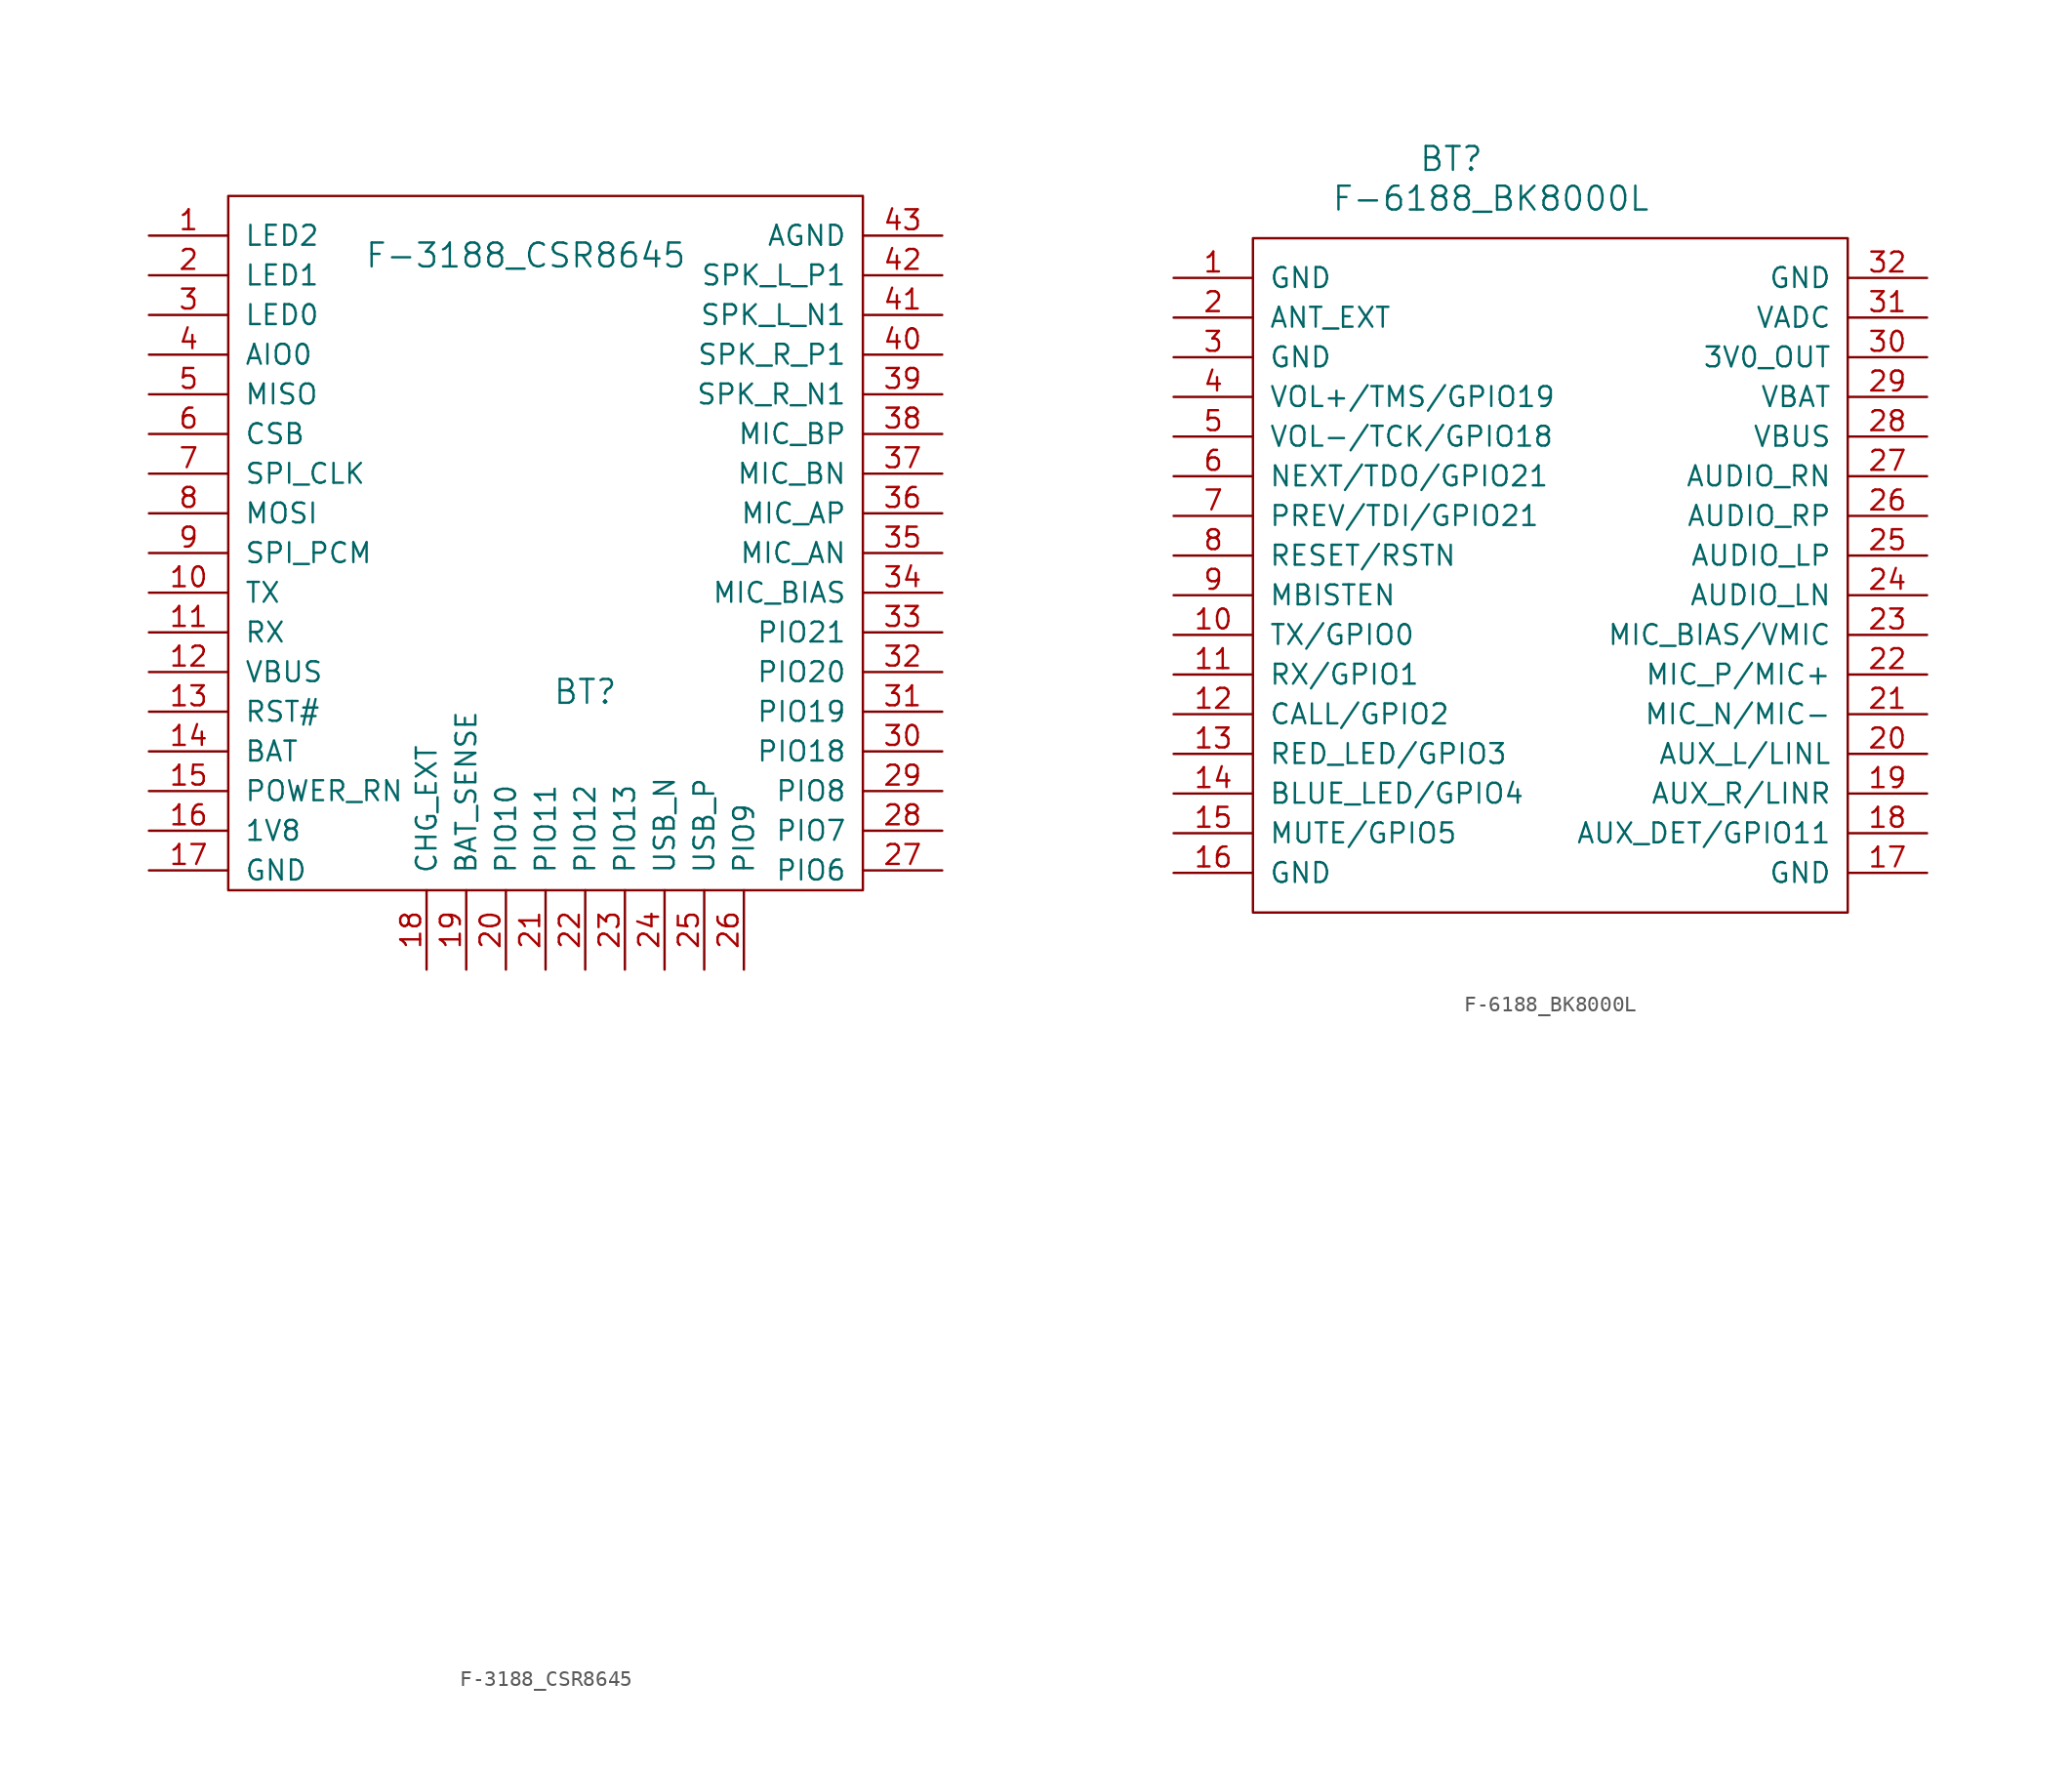
<source format=kicad_sym>
(kicad_symbol_lib
  (version 20211014)
  (generator kicad_symbol_editor)
  (symbol "F-3188_CSR8645"
    (pin_names
      (offset 1.016))
    (property "Reference" "BT"
      (at -2.54 10.16 0)
      (effects (font (size 1.524 1.524))))
    (property "Value" "F-3188_CSR8645"
      (at -6.35 38.1 0)
      (effects (font (size 1.524 1.524))))
    (property "Footprint" ""
      (at 0 -43.18 0)
      (effects (font (size 1.524 1.524))))
    (property "Datasheet" ""
      (at 0 -43.18 0)
      (effects (font (size 1.524 1.524))))
    (symbol "F-3188_CSR8645_0_1"
      (rectangle (start -25.4 -2.54) (end 15.24 41.91) (stroke (width 0) (type default) (color 0 0 0 0)) (fill (type none))))
    (symbol "F-3188_CSR8645_1_1"
      (pin input line (at -30.48 39.37 0) (length 5.08) (name "LED2" (effects (font (size 1.27 1.27)))) (number "1" (effects (font (size 1.27 1.27)))))
      (pin input line (at -30.48 16.51 0) (length 5.08) (name "TX" (effects (font (size 1.27 1.27)))) (number "10" (effects (font (size 1.27 1.27)))))
      (pin input line (at -30.48 13.97 0) (length 5.08) (name "RX" (effects (font (size 1.27 1.27)))) (number "11" (effects (font (size 1.27 1.27)))))
      (pin input line (at -30.48 11.43 0) (length 5.08) (name "VBUS" (effects (font (size 1.27 1.27)))) (number "12" (effects (font (size 1.27 1.27)))))
      (pin input line (at -30.48 8.89 0) (length 5.08) (name "RST#" (effects (font (size 1.27 1.27)))) (number "13" (effects (font (size 1.27 1.27)))))
      (pin input line (at -30.48 6.35 0) (length 5.08) (name "BAT" (effects (font (size 1.27 1.27)))) (number "14" (effects (font (size 1.27 1.27)))))
      (pin input line (at -30.48 3.81 0) (length 5.08) (name "POWER_RN" (effects (font (size 1.27 1.27)))) (number "15" (effects (font (size 1.27 1.27)))))
      (pin input line (at -30.48 1.27 0) (length 5.08) (name "1V8" (effects (font (size 1.27 1.27)))) (number "16" (effects (font (size 1.27 1.27)))))
      (pin input line (at -30.48 -1.27 0) (length 5.08) (name "GND" (effects (font (size 1.27 1.27)))) (number "17" (effects (font (size 1.27 1.27)))))
      (pin input line (at -12.7 -7.62 90) (length 5.08) (name "CHG_EXT" (effects (font (size 1.27 1.27)))) (number "18" (effects (font (size 1.27 1.27)))))
      (pin input line (at -10.16 -7.62 90) (length 5.08) (name "BAT_SENSE" (effects (font (size 1.27 1.27)))) (number "19" (effects (font (size 1.27 1.27)))))
      (pin input line (at -30.48 36.83 0) (length 5.08) (name "LED1" (effects (font (size 1.27 1.27)))) (number "2" (effects (font (size 1.27 1.27)))))
      (pin input line (at -7.62 -7.62 90) (length 5.08) (name "PIO10" (effects (font (size 1.27 1.27)))) (number "20" (effects (font (size 1.27 1.27)))))
      (pin input line (at -5.08 -7.62 90) (length 5.08) (name "PIO11" (effects (font (size 1.27 1.27)))) (number "21" (effects (font (size 1.27 1.27)))))
      (pin input line (at -2.54 -7.62 90) (length 5.08) (name "PIO12" (effects (font (size 1.27 1.27)))) (number "22" (effects (font (size 1.27 1.27)))))
      (pin input line (at 0 -7.62 90) (length 5.08) (name "PIO13" (effects (font (size 1.27 1.27)))) (number "23" (effects (font (size 1.27 1.27)))))
      (pin input line (at 2.54 -7.62 90) (length 5.08) (name "USB_N" (effects (font (size 1.27 1.27)))) (number "24" (effects (font (size 1.27 1.27)))))
      (pin input line (at 5.08 -7.62 90) (length 5.08) (name "USB_P" (effects (font (size 1.27 1.27)))) (number "25" (effects (font (size 1.27 1.27)))))
      (pin input line (at 7.62 -7.62 90) (length 5.08) (name "PIO9" (effects (font (size 1.27 1.27)))) (number "26" (effects (font (size 1.27 1.27)))))
      (pin input line (at 20.32 -1.27 180) (length 5.08) (name "PIO6" (effects (font (size 1.27 1.27)))) (number "27" (effects (font (size 1.27 1.27)))))
      (pin input line (at 20.32 1.27 180) (length 5.08) (name "PIO7" (effects (font (size 1.27 1.27)))) (number "28" (effects (font (size 1.27 1.27)))))
      (pin input line (at 20.32 3.81 180) (length 5.08) (name "PIO8" (effects (font (size 1.27 1.27)))) (number "29" (effects (font (size 1.27 1.27)))))
      (pin input line (at -30.48 34.29 0) (length 5.08) (name "LED0" (effects (font (size 1.27 1.27)))) (number "3" (effects (font (size 1.27 1.27)))))
      (pin input line (at 20.32 6.35 180) (length 5.08) (name "PIO18" (effects (font (size 1.27 1.27)))) (number "30" (effects (font (size 1.27 1.27)))))
      (pin input line (at 20.32 8.89 180) (length 5.08) (name "PIO19" (effects (font (size 1.27 1.27)))) (number "31" (effects (font (size 1.27 1.27)))))
      (pin input line (at 20.32 11.43 180) (length 5.08) (name "PIO20" (effects (font (size 1.27 1.27)))) (number "32" (effects (font (size 1.27 1.27)))))
      (pin input line (at 20.32 13.97 180) (length 5.08) (name "PIO21" (effects (font (size 1.27 1.27)))) (number "33" (effects (font (size 1.27 1.27)))))
      (pin input line (at 20.32 16.51 180) (length 5.08) (name "MIC_BIAS" (effects (font (size 1.27 1.27)))) (number "34" (effects (font (size 1.27 1.27)))))
      (pin input line (at 20.32 19.05 180) (length 5.08) (name "MIC_AN" (effects (font (size 1.27 1.27)))) (number "35" (effects (font (size 1.27 1.27)))))
      (pin input line (at 20.32 21.59 180) (length 5.08) (name "MIC_AP" (effects (font (size 1.27 1.27)))) (number "36" (effects (font (size 1.27 1.27)))))
      (pin input line (at 20.32 24.13 180) (length 5.08) (name "MIC_BN" (effects (font (size 1.27 1.27)))) (number "37" (effects (font (size 1.27 1.27)))))
      (pin input line (at 20.32 26.67 180) (length 5.08) (name "MIC_BP" (effects (font (size 1.27 1.27)))) (number "38" (effects (font (size 1.27 1.27)))))
      (pin input line (at 20.32 29.21 180) (length 5.08) (name "SPK_R_N1" (effects (font (size 1.27 1.27)))) (number "39" (effects (font (size 1.27 1.27)))))
      (pin input line (at -30.48 31.75 0) (length 5.08) (name "AIO0" (effects (font (size 1.27 1.27)))) (number "4" (effects (font (size 1.27 1.27)))))
      (pin input line (at 20.32 31.75 180) (length 5.08) (name "SPK_R_P1" (effects (font (size 1.27 1.27)))) (number "40" (effects (font (size 1.27 1.27)))))
      (pin input line (at 20.32 34.29 180) (length 5.08) (name "SPK_L_N1" (effects (font (size 1.27 1.27)))) (number "41" (effects (font (size 1.27 1.27)))))
      (pin input line (at 20.32 36.83 180) (length 5.08) (name "SPK_L_P1" (effects (font (size 1.27 1.27)))) (number "42" (effects (font (size 1.27 1.27)))))
      (pin input line (at 20.32 39.37 180) (length 5.08) (name "AGND" (effects (font (size 1.27 1.27)))) (number "43" (effects (font (size 1.27 1.27)))))
      (pin input line (at -30.48 29.21 0) (length 5.08) (name "MISO" (effects (font (size 1.27 1.27)))) (number "5" (effects (font (size 1.27 1.27)))))
      (pin input line (at -30.48 26.67 0) (length 5.08) (name "CSB" (effects (font (size 1.27 1.27)))) (number "6" (effects (font (size 1.27 1.27)))))
      (pin input line (at -30.48 24.13 0) (length 5.08) (name "SPI_CLK" (effects (font (size 1.27 1.27)))) (number "7" (effects (font (size 1.27 1.27)))))
      (pin input line (at -30.48 21.59 0) (length 5.08) (name "MOSI" (effects (font (size 1.27 1.27)))) (number "8" (effects (font (size 1.27 1.27)))))
      (pin input line (at -30.48 19.05 0) (length 5.08) (name "SPI_PCM" (effects (font (size 1.27 1.27)))) (number "9" (effects (font (size 1.27 1.27)))))))
  (symbol "F-6188_BK8000L"
    (pin_names
      (offset 1.016))
    (property "Reference" "BT"
      (at -1.27 20.32 0)
      (effects (font (size 1.524 1.524))))
    (property "Value" "F-6188_BK8000L"
      (at 1.27 17.78 0)
      (effects (font (size 1.524 1.524))))
    (symbol "F-6188_BK8000L_0_1"
      (rectangle (start -13.97 15.24) (end 24.13 -27.94) (stroke (width 0) (type default) (color 0 0 0 0)) (fill (type none))))
    (symbol "F-6188_BK8000L_1_1"
      (pin bidirectional line (at -19.05 12.7 0) (length 5.08) (name "GND" (effects (font (size 1.27 1.27)))) (number "1" (effects (font (size 1.27 1.27)))))
      (pin bidirectional line (at -19.05 -10.16 0) (length 5.08) (name "TX/GPIO0" (effects (font (size 1.27 1.27)))) (number "10" (effects (font (size 1.27 1.27)))))
      (pin bidirectional line (at -19.05 -12.7 0) (length 5.08) (name "RX/GPIO1" (effects (font (size 1.27 1.27)))) (number "11" (effects (font (size 1.27 1.27)))))
      (pin bidirectional line (at -19.05 -15.24 0) (length 5.08) (name "CALL/GPIO2" (effects (font (size 1.27 1.27)))) (number "12" (effects (font (size 1.27 1.27)))))
      (pin output line (at -19.05 -17.78 0) (length 5.08) (name "RED_LED/GPIO3" (effects (font (size 1.27 1.27)))) (number "13" (effects (font (size 1.27 1.27)))))
      (pin output line (at -19.05 -20.32 0) (length 5.08) (name "BLUE_LED/GPIO4" (effects (font (size 1.27 1.27)))) (number "14" (effects (font (size 1.27 1.27)))))
      (pin input line (at -19.05 -22.86 0) (length 5.08) (name "MUTE/GPIO5" (effects (font (size 1.27 1.27)))) (number "15" (effects (font (size 1.27 1.27)))))
      (pin bidirectional line (at -19.05 -25.4 0) (length 5.08) (name "GND" (effects (font (size 1.27 1.27)))) (number "16" (effects (font (size 1.27 1.27)))))
      (pin bidirectional line (at 29.21 -25.4 180) (length 5.08) (name "GND" (effects (font (size 1.27 1.27)))) (number "17" (effects (font (size 1.27 1.27)))))
      (pin bidirectional line (at 29.21 -22.86 180) (length 5.08) (name "AUX_DET/GPIO11" (effects (font (size 1.27 1.27)))) (number "18" (effects (font (size 1.27 1.27)))))
      (pin input line (at 29.21 -20.32 180) (length 5.08) (name "AUX_R/LINR" (effects (font (size 1.27 1.27)))) (number "19" (effects (font (size 1.27 1.27)))))
      (pin bidirectional line (at -19.05 10.16 0) (length 5.08) (name "ANT_EXT" (effects (font (size 1.27 1.27)))) (number "2" (effects (font (size 1.27 1.27)))))
      (pin input line (at 29.21 -17.78 180) (length 5.08) (name "AUX_L/LINL" (effects (font (size 1.27 1.27)))) (number "20" (effects (font (size 1.27 1.27)))))
      (pin input line (at 29.21 -15.24 180) (length 5.08) (name "MIC_N/MIC-" (effects (font (size 1.27 1.27)))) (number "21" (effects (font (size 1.27 1.27)))))
      (pin input line (at 29.21 -12.7 180) (length 5.08) (name "MIC_P/MIC+" (effects (font (size 1.27 1.27)))) (number "22" (effects (font (size 1.27 1.27)))))
      (pin bidirectional line (at 29.21 -10.16 180) (length 5.08) (name "MIC_BIAS/VMIC" (effects (font (size 1.27 1.27)))) (number "23" (effects (font (size 1.27 1.27)))))
      (pin output line (at 29.21 -7.62 180) (length 5.08) (name "AUDIO_LN" (effects (font (size 1.27 1.27)))) (number "24" (effects (font (size 1.27 1.27)))))
      (pin output line (at 29.21 -5.08 180) (length 5.08) (name "AUDIO_LP" (effects (font (size 1.27 1.27)))) (number "25" (effects (font (size 1.27 1.27)))))
      (pin output line (at 29.21 -2.54 180) (length 5.08) (name "AUDIO_RP" (effects (font (size 1.27 1.27)))) (number "26" (effects (font (size 1.27 1.27)))))
      (pin output line (at 29.21 0 180) (length 5.08) (name "AUDIO_RN" (effects (font (size 1.27 1.27)))) (number "27" (effects (font (size 1.27 1.27)))))
      (pin bidirectional line (at 29.21 2.54 180) (length 5.08) (name "VBUS" (effects (font (size 1.27 1.27)))) (number "28" (effects (font (size 1.27 1.27)))))
      (pin power_in line (at 29.21 5.08 180) (length 5.08) (name "VBAT" (effects (font (size 1.27 1.27)))) (number "29" (effects (font (size 1.27 1.27)))))
      (pin bidirectional line (at -19.05 7.62 0) (length 5.08) (name "GND" (effects (font (size 1.27 1.27)))) (number "3" (effects (font (size 1.27 1.27)))))
      (pin power_out line (at 29.21 7.62 180) (length 5.08) (name "3V0_OUT" (effects (font (size 1.27 1.27)))) (number "30" (effects (font (size 1.27 1.27)))))
      (pin bidirectional line (at 29.21 10.16 180) (length 5.08) (name "VADC" (effects (font (size 1.27 1.27)))) (number "31" (effects (font (size 1.27 1.27)))))
      (pin bidirectional line (at 29.21 12.7 180) (length 5.08) (name "GND" (effects (font (size 1.27 1.27)))) (number "32" (effects (font (size 1.27 1.27)))))
      (pin bidirectional line (at -19.05 5.08 0) (length 5.08) (name "VOL+/TMS/GPIO19" (effects (font (size 1.27 1.27)))) (number "4" (effects (font (size 1.27 1.27)))))
      (pin bidirectional line (at -19.05 2.54 0) (length 5.08) (name "VOL-/TCK/GPIO18" (effects (font (size 1.27 1.27)))) (number "5" (effects (font (size 1.27 1.27)))))
      (pin bidirectional line (at -19.05 0 0) (length 5.08) (name "NEXT/TDO/GPIO21" (effects (font (size 1.27 1.27)))) (number "6" (effects (font (size 1.27 1.27)))))
      (pin bidirectional line (at -19.05 -2.54 0) (length 5.08) (name "PREV/TDI/GPIO21" (effects (font (size 1.27 1.27)))) (number "7" (effects (font (size 1.27 1.27)))))
      (pin bidirectional line (at -19.05 -5.08 0) (length 5.08) (name "RESET/RSTN" (effects (font (size 1.27 1.27)))) (number "8" (effects (font (size 1.27 1.27)))))
      (pin bidirectional line (at -19.05 -7.62 0) (length 5.08) (name "MBISTEN" (effects (font (size 1.27 1.27)))) (number "9" (effects (font (size 1.27 1.27))))))))
</source>
